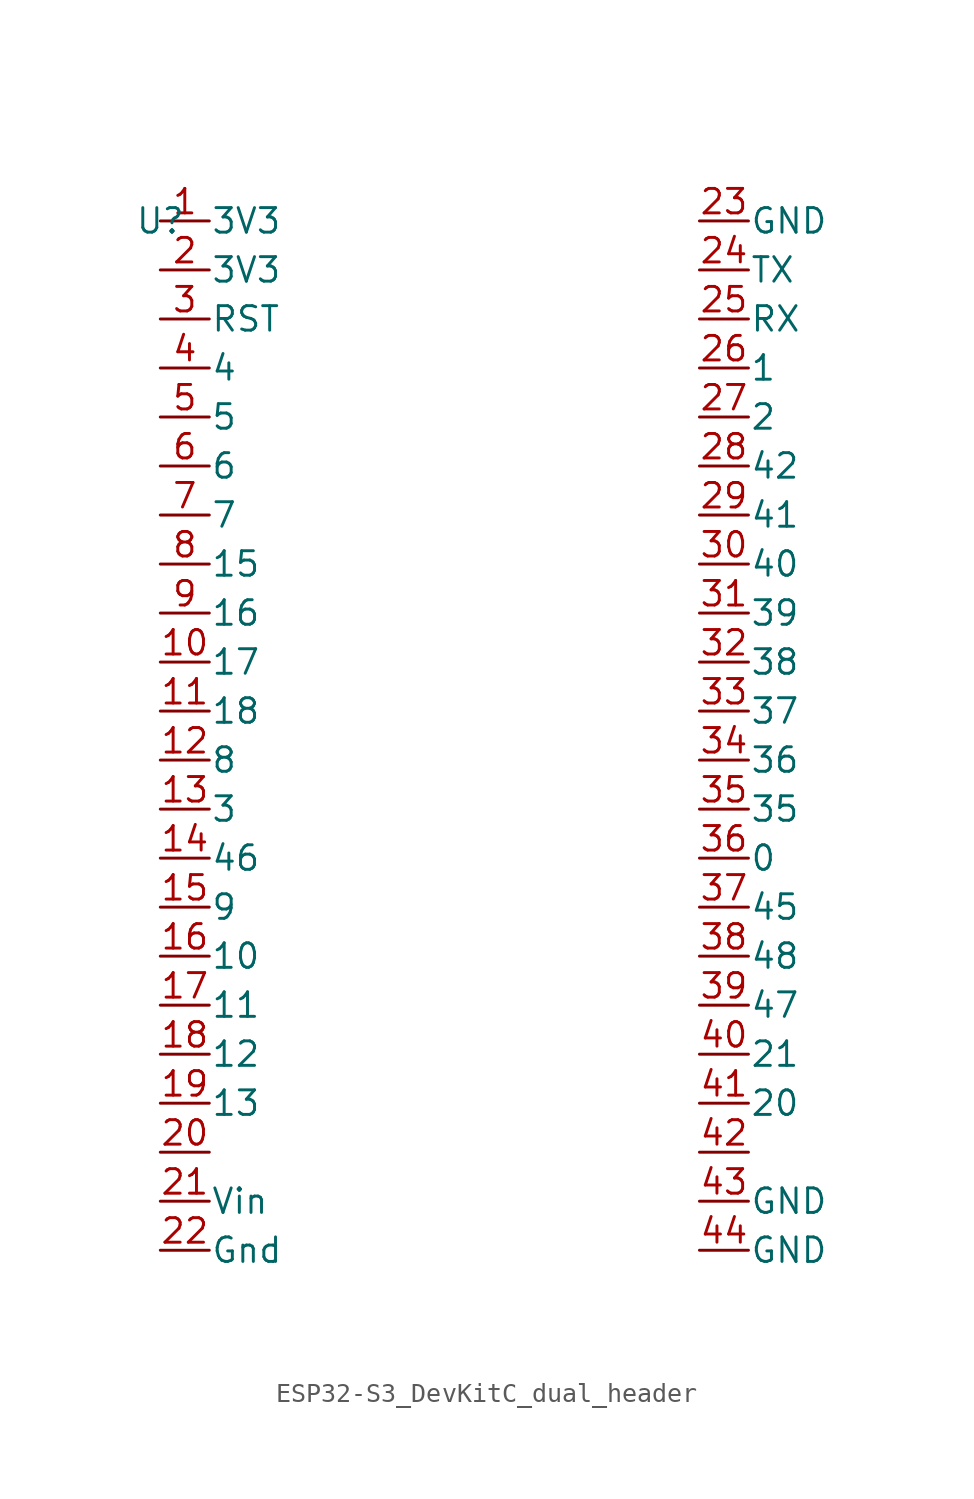
<source format=kicad_sym>
(kicad_symbol_lib
  (version 20241209)
  (generator "kicad_symbol_editor")
  (generator_version "9.0")
  (symbol "ESP32-S3_DevKitC_dual_header"
    (pin_names
      (offset 0.065))
    (property "Reference" "U"
      (at 0 0 0)
      (effects (font (size 1.27 1.27))))
    (property "Value" ""
      (at 0 0 0)
      (effects (font (size 1.27 1.27))))
    (symbol "ESP32-S3_DevKitC_dual_header_1_0"
      (pin bidirectional line (at 0 -5.08 0) (length 2.54) (name "RST" (effects (font (size 1.27 1.27)))) (number "3" (effects (font (size 1.27 1.27)))))
      (pin bidirectional line (at 0 -7.62 0) (length 2.54) (name "4" (effects (font (size 1.27 1.27)))) (number "4" (effects (font (size 1.27 1.27)))))
      (pin bidirectional line (at 0 -10.16 0) (length 2.54) (name "5" (effects (font (size 1.27 1.27)))) (number "5" (effects (font (size 1.27 1.27)))))
      (pin bidirectional line (at 0 -12.7 0) (length 2.54) (name "6" (effects (font (size 1.27 1.27)))) (number "6" (effects (font (size 1.27 1.27)))))
      (pin bidirectional line (at 0 -15.24 0) (length 2.54) (name "7" (effects (font (size 1.27 1.27)))) (number "7" (effects (font (size 1.27 1.27)))))
      (pin bidirectional line (at 0 -17.78 0) (length 2.54) (name "15" (effects (font (size 1.27 1.27)))) (number "8" (effects (font (size 1.27 1.27)))))
      (pin bidirectional line (at 0 -20.32 0) (length 2.54) (name "16" (effects (font (size 1.27 1.27)))) (number "9" (effects (font (size 1.27 1.27)))))
      (pin bidirectional line (at 0 -22.86 0) (length 2.54) (name "17" (effects (font (size 1.27 1.27)))) (number "10" (effects (font (size 1.27 1.27)))))
      (pin bidirectional line (at 0 -25.4 0) (length 2.54) (name "18" (effects (font (size 1.27 1.27)))) (number "11" (effects (font (size 1.27 1.27)))))
      (pin bidirectional line (at 0 -27.94 0) (length 2.54) (name "8" (effects (font (size 1.27 1.27)))) (number "12" (effects (font (size 1.27 1.27)))))
      (pin bidirectional line (at 0 -30.48 0) (length 2.54) (name "3" (effects (font (size 1.27 1.27)))) (number "13" (effects (font (size 1.27 1.27)))))
      (pin bidirectional line (at 0 -33.02 0) (length 2.54) (name "46" (effects (font (size 1.27 1.27)))) (number "14" (effects (font (size 1.27 1.27)))))
      (pin bidirectional line (at 0 -35.56 0) (length 2.54) (name "9" (effects (font (size 1.27 1.27)))) (number "15" (effects (font (size 1.27 1.27)))))
      (pin bidirectional line (at 0 -38.1 0) (length 2.54) (name "10" (effects (font (size 1.27 1.27)))) (number "16" (effects (font (size 1.27 1.27)))))
      (pin bidirectional line (at 0 -40.64 0) (length 2.54) (name "11" (effects (font (size 1.27 1.27)))) (number "17" (effects (font (size 1.27 1.27)))))
      (pin bidirectional line (at 0 -43.18 0) (length 2.54) (name "12" (effects (font (size 1.27 1.27)))) (number "18" (effects (font (size 1.27 1.27)))))
      (pin bidirectional line (at 0 -45.72 0) (length 2.54) (name "13" (effects (font (size 1.27 1.27)))) (number "19" (effects (font (size 1.27 1.27)))))
      (pin bidirectional line (at 0 -48.26 0) (length 2.54) (name "" (effects (font (size 1.27 1.27)))) (number "20" (effects (font (size 1.27 1.27)))))
      (pin bidirectional line (at 0 -50.8 0) (length 2.54) (name "Vin" (effects (font (size 1.27 1.27)))) (number "21" (effects (font (size 1.27 1.27)))))
      (pin bidirectional line (at 0 -53.34 0) (length 2.54) (name "Gnd" (effects (font (size 1.27 1.27)))) (number "22" (effects (font (size 1.27 1.27)))))
      (pin bidirectional line (at 27.94 0 0) (length 2.54) (name "GND" (effects (font (size 1.27 1.27)))) (number "23" (effects (font (size 1.27 1.27)))))
      (pin bidirectional line (at 27.94 -2.54 0) (length 2.54) (name "TX" (effects (font (size 1.27 1.27)))) (number "24" (effects (font (size 1.27 1.27)))))
      (pin bidirectional line (at 27.94 -5.08 0) (length 2.54) (name "RX" (effects (font (size 1.27 1.27)))) (number "25" (effects (font (size 1.27 1.27)))))
      (pin bidirectional line (at 27.94 -7.62 0) (length 2.54) (name "1" (effects (font (size 1.27 1.27)))) (number "26" (effects (font (size 1.27 1.27)))))
      (pin bidirectional line (at 27.94 -10.16 0) (length 2.54) (name "2" (effects (font (size 1.27 1.27)))) (number "27" (effects (font (size 1.27 1.27)))))
      (pin bidirectional line (at 27.94 -12.7 0) (length 2.54) (name "42" (effects (font (size 1.27 1.27)))) (number "28" (effects (font (size 1.27 1.27)))))
      (pin bidirectional line (at 27.94 -15.24 0) (length 2.54) (name "41" (effects (font (size 1.27 1.27)))) (number "29" (effects (font (size 1.27 1.27)))))
      (pin bidirectional line (at 27.94 -17.78 0) (length 2.54) (name "40" (effects (font (size 1.27 1.27)))) (number "30" (effects (font (size 1.27 1.27)))))
      (pin bidirectional line (at 27.94 -20.32 0) (length 2.54) (name "39" (effects (font (size 1.27 1.27)))) (number "31" (effects (font (size 1.27 1.27)))))
      (pin bidirectional line (at 27.94 -22.86 0) (length 2.54) (name "38" (effects (font (size 1.27 1.27)))) (number "32" (effects (font (size 1.27 1.27)))))
      (pin bidirectional line (at 27.94 -25.4 0) (length 2.54) (name "37" (effects (font (size 1.27 1.27)))) (number "33" (effects (font (size 1.27 1.27)))))
      (pin bidirectional line (at 27.94 -27.94 0) (length 2.54) (name "36" (effects (font (size 1.27 1.27)))) (number "34" (effects (font (size 1.27 1.27)))))
      (pin bidirectional line (at 27.94 -30.48 0) (length 2.54) (name "35" (effects (font (size 1.27 1.27)))) (number "35" (effects (font (size 1.27 1.27)))))
      (pin bidirectional line (at 27.94 -33.02 0) (length 2.54) (name "0" (effects (font (size 1.27 1.27)))) (number "36" (effects (font (size 1.27 1.27)))))
      (pin bidirectional line (at 27.94 -35.56 0) (length 2.54) (name "45" (effects (font (size 1.27 1.27)))) (number "37" (effects (font (size 1.27 1.27)))))
      (pin bidirectional line (at 27.94 -38.1 0) (length 2.54) (name "48" (effects (font (size 1.27 1.27)))) (number "38" (effects (font (size 1.27 1.27)))))
      (pin bidirectional line (at 27.94 -40.64 0) (length 2.54) (name "47" (effects (font (size 1.27 1.27)))) (number "39" (effects (font (size 1.27 1.27)))))
      (pin bidirectional line (at 27.94 -43.18 0) (length 2.54) (name "21" (effects (font (size 1.27 1.27)))) (number "40" (effects (font (size 1.27 1.27)))))
      (pin bidirectional line (at 27.94 -45.72 0) (length 2.54) (name "20" (effects (font (size 1.27 1.27)))) (number "41" (effects (font (size 1.27 1.27)))))
      (pin bidirectional line (at 27.94 -48.26 0) (length 2.54) (name "" (effects (font (size 1.27 1.27)))) (number "42" (effects (font (size 1.27 1.27)))))
      (pin bidirectional line (at 27.94 -50.8 0) (length 2.54) (name "GND" (effects (font (size 1.27 1.27)))) (number "43" (effects (font (size 1.27 1.27)))))
      (pin bidirectional line (at 27.94 -53.34 0) (length 2.54) (name "GND" (effects (font (size 1.27 1.27)))) (number "44" (effects (font (size 1.27 1.27))))))
    (symbol "ESP32-S3_DevKitC_dual_header_1_1"
      (pin bidirectional line (at 0 0 0) (length 2.54) (name "3V3" (effects (font (size 1.27 1.27)))) (number "1" (effects (font (size 1.27 1.27)))))
      (pin bidirectional line (at 0 -2.54 0) (length 2.54) (name "3V3" (effects (font (size 1.27 1.27)))) (number "2" (effects (font (size 1.27 1.27))))))))
</source>
